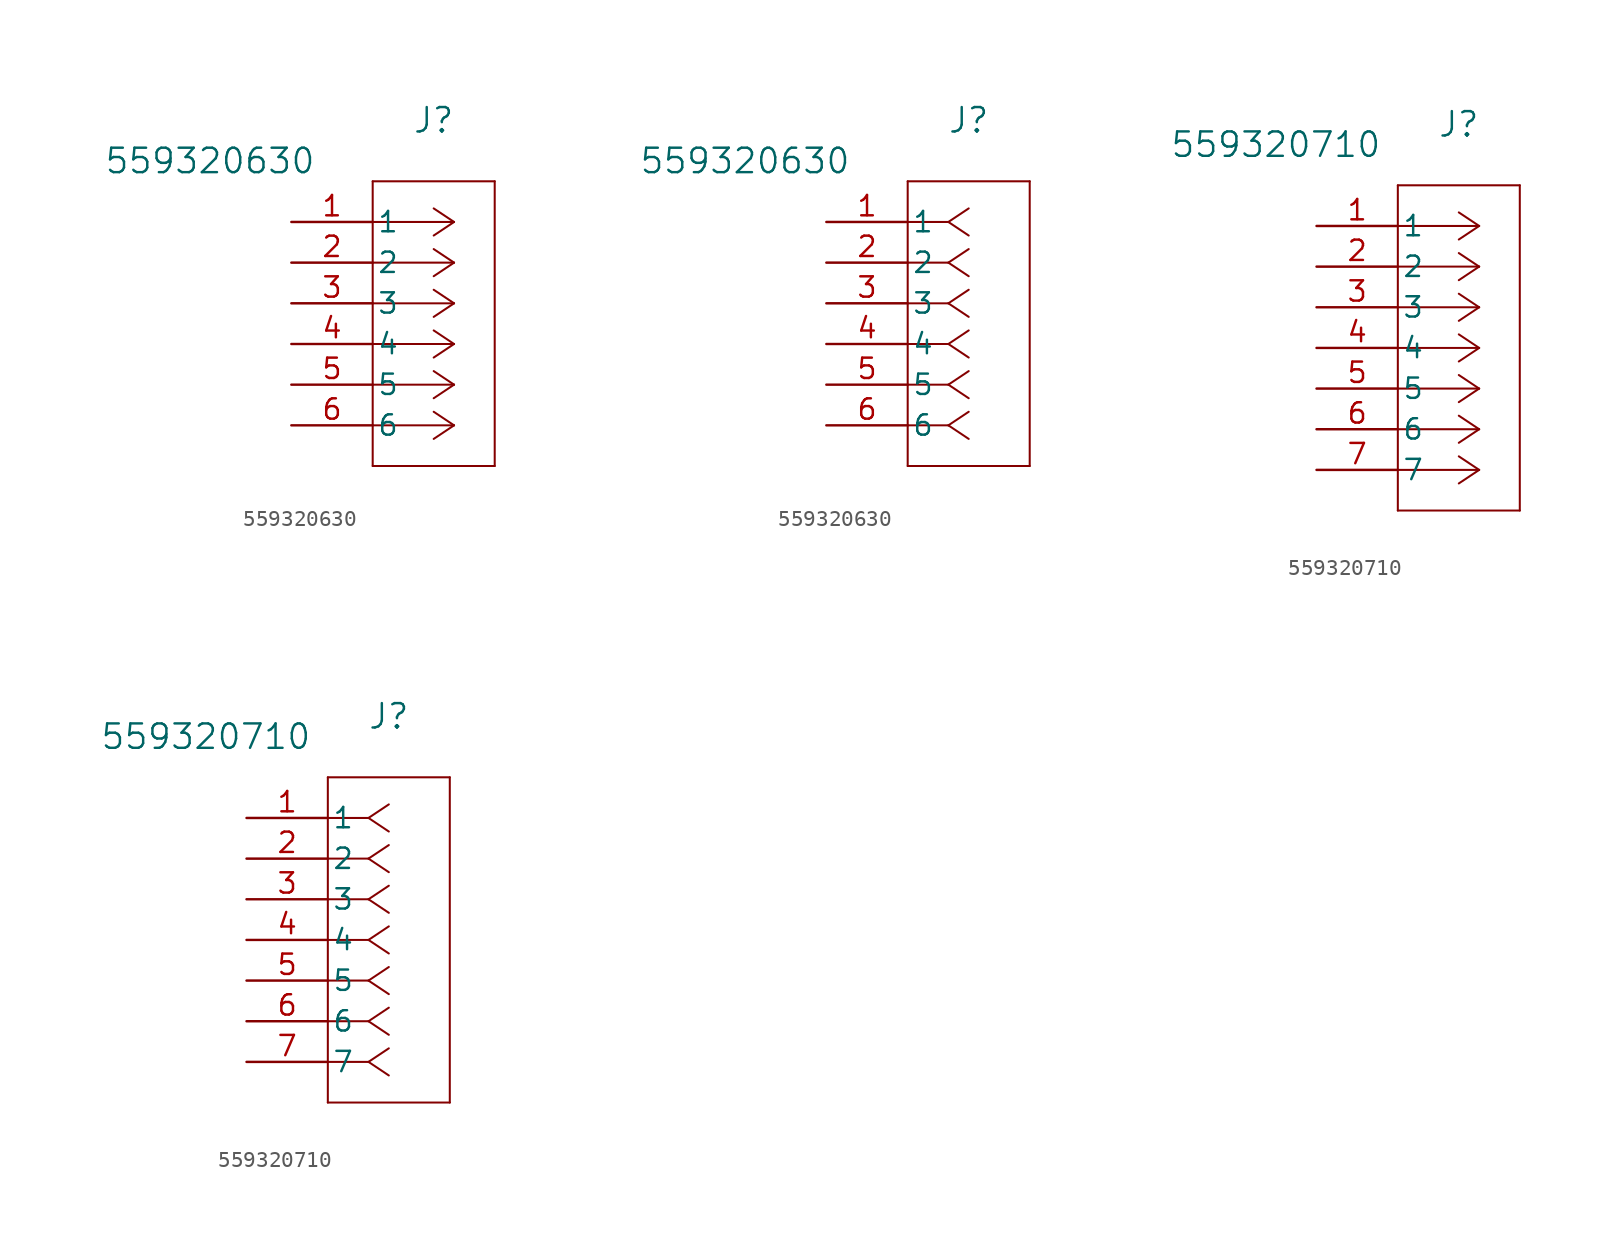
<source format=kicad_sym>
(kicad_symbol_lib
  (version 20211014)
  (generator kicad_symbol_editor)
  (symbol "559320630"
    (pin_names
      (offset 0.254))
    (property "Reference" "J"
      (at 8.89 6.35 0)
      (effects (font (size 1.524 1.524))))
    (property "Value" "559320630"
      (at -5.08 3.81 0)
      (effects (font (size 1.524 1.524))))
    (symbol "559320630_1_1"
      (polyline (pts (xy 5.08 -15.24) (xy 12.7 -15.24)) (stroke (width 0.127) (type default) (color 0 0 0 0)) (fill (type none)))
      (polyline (pts (xy 5.08 2.54) (xy 5.08 -15.24)) (stroke (width 0.127) (type default) (color 0 0 0 0)) (fill (type none)))
      (polyline (pts (xy 10.16 -12.7) (xy 5.08 -12.7)) (stroke (width 0.127) (type default) (color 0 0 0 0)) (fill (type none)))
      (polyline (pts (xy 10.16 -12.7) (xy 8.89 -13.547)) (stroke (width 0.127) (type default) (color 0 0 0 0)) (fill (type none)))
      (polyline (pts (xy 10.16 -12.7) (xy 8.89 -11.853)) (stroke (width 0.127) (type default) (color 0 0 0 0)) (fill (type none)))
      (polyline (pts (xy 10.16 -10.16) (xy 5.08 -10.16)) (stroke (width 0.127) (type default) (color 0 0 0 0)) (fill (type none)))
      (polyline (pts (xy 10.16 -10.16) (xy 8.89 -11.007)) (stroke (width 0.127) (type default) (color 0 0 0 0)) (fill (type none)))
      (polyline (pts (xy 10.16 -10.16) (xy 8.89 -9.313)) (stroke (width 0.127) (type default) (color 0 0 0 0)) (fill (type none)))
      (polyline (pts (xy 10.16 -7.62) (xy 5.08 -7.62)) (stroke (width 0.127) (type default) (color 0 0 0 0)) (fill (type none)))
      (polyline (pts (xy 10.16 -7.62) (xy 8.89 -8.467)) (stroke (width 0.127) (type default) (color 0 0 0 0)) (fill (type none)))
      (polyline (pts (xy 10.16 -7.62) (xy 8.89 -6.773)) (stroke (width 0.127) (type default) (color 0 0 0 0)) (fill (type none)))
      (polyline (pts (xy 10.16 -5.08) (xy 5.08 -5.08)) (stroke (width 0.127) (type default) (color 0 0 0 0)) (fill (type none)))
      (polyline (pts (xy 10.16 -5.08) (xy 8.89 -5.927)) (stroke (width 0.127) (type default) (color 0 0 0 0)) (fill (type none)))
      (polyline (pts (xy 10.16 -5.08) (xy 8.89 -4.233)) (stroke (width 0.127) (type default) (color 0 0 0 0)) (fill (type none)))
      (polyline (pts (xy 10.16 -2.54) (xy 5.08 -2.54)) (stroke (width 0.127) (type default) (color 0 0 0 0)) (fill (type none)))
      (polyline (pts (xy 10.16 -2.54) (xy 8.89 -3.387)) (stroke (width 0.127) (type default) (color 0 0 0 0)) (fill (type none)))
      (polyline (pts (xy 10.16 -2.54) (xy 8.89 -1.693)) (stroke (width 0.127) (type default) (color 0 0 0 0)) (fill (type none)))
      (polyline (pts (xy 10.16 0) (xy 5.08 0)) (stroke (width 0.127) (type default) (color 0 0 0 0)) (fill (type none)))
      (polyline (pts (xy 10.16 0) (xy 8.89 -0.847)) (stroke (width 0.127) (type default) (color 0 0 0 0)) (fill (type none)))
      (polyline (pts (xy 10.16 0) (xy 8.89 0.847)) (stroke (width 0.127) (type default) (color 0 0 0 0)) (fill (type none)))
      (polyline (pts (xy 12.7 -15.24) (xy 12.7 2.54)) (stroke (width 0.127) (type default) (color 0 0 0 0)) (fill (type none)))
      (polyline (pts (xy 12.7 2.54) (xy 5.08 2.54)) (stroke (width 0.127) (type default) (color 0 0 0 0)) (fill (type none)))
      (pin unspecified line (at 0 0 0) (length 5.08) (name "1" (effects (font (size 1.27 1.27)))) (number "1" (effects (font (size 1.27 1.27)))))
      (pin unspecified line (at 0 -2.54 0) (length 5.08) (name "2" (effects (font (size 1.27 1.27)))) (number "2" (effects (font (size 1.27 1.27)))))
      (pin unspecified line (at 0 -5.08 0) (length 5.08) (name "3" (effects (font (size 1.27 1.27)))) (number "3" (effects (font (size 1.27 1.27)))))
      (pin unspecified line (at 0 -7.62 0) (length 5.08) (name "4" (effects (font (size 1.27 1.27)))) (number "4" (effects (font (size 1.27 1.27)))))
      (pin unspecified line (at 0 -10.16 0) (length 5.08) (name "5" (effects (font (size 1.27 1.27)))) (number "5" (effects (font (size 1.27 1.27)))))
      (pin unspecified line (at 0 -12.7 0) (length 5.08) (name "6" (effects (font (size 1.27 1.27)))) (number "6" (effects (font (size 1.27 1.27))))))
    (symbol "559320630_1_2"
      (polyline (pts (xy 5.08 -15.24) (xy 12.7 -15.24)) (stroke (width 0.127) (type default) (color 0 0 0 0)) (fill (type none)))
      (polyline (pts (xy 5.08 2.54) (xy 5.08 -15.24)) (stroke (width 0.127) (type default) (color 0 0 0 0)) (fill (type none)))
      (polyline (pts (xy 7.62 -12.7) (xy 5.08 -12.7)) (stroke (width 0.127) (type default) (color 0 0 0 0)) (fill (type none)))
      (polyline (pts (xy 7.62 -12.7) (xy 8.89 -13.547)) (stroke (width 0.127) (type default) (color 0 0 0 0)) (fill (type none)))
      (polyline (pts (xy 7.62 -12.7) (xy 8.89 -11.853)) (stroke (width 0.127) (type default) (color 0 0 0 0)) (fill (type none)))
      (polyline (pts (xy 7.62 -10.16) (xy 5.08 -10.16)) (stroke (width 0.127) (type default) (color 0 0 0 0)) (fill (type none)))
      (polyline (pts (xy 7.62 -10.16) (xy 8.89 -11.007)) (stroke (width 0.127) (type default) (color 0 0 0 0)) (fill (type none)))
      (polyline (pts (xy 7.62 -10.16) (xy 8.89 -9.313)) (stroke (width 0.127) (type default) (color 0 0 0 0)) (fill (type none)))
      (polyline (pts (xy 7.62 -7.62) (xy 5.08 -7.62)) (stroke (width 0.127) (type default) (color 0 0 0 0)) (fill (type none)))
      (polyline (pts (xy 7.62 -7.62) (xy 8.89 -8.467)) (stroke (width 0.127) (type default) (color 0 0 0 0)) (fill (type none)))
      (polyline (pts (xy 7.62 -7.62) (xy 8.89 -6.773)) (stroke (width 0.127) (type default) (color 0 0 0 0)) (fill (type none)))
      (polyline (pts (xy 7.62 -5.08) (xy 5.08 -5.08)) (stroke (width 0.127) (type default) (color 0 0 0 0)) (fill (type none)))
      (polyline (pts (xy 7.62 -5.08) (xy 8.89 -5.927)) (stroke (width 0.127) (type default) (color 0 0 0 0)) (fill (type none)))
      (polyline (pts (xy 7.62 -5.08) (xy 8.89 -4.233)) (stroke (width 0.127) (type default) (color 0 0 0 0)) (fill (type none)))
      (polyline (pts (xy 7.62 -2.54) (xy 5.08 -2.54)) (stroke (width 0.127) (type default) (color 0 0 0 0)) (fill (type none)))
      (polyline (pts (xy 7.62 -2.54) (xy 8.89 -3.387)) (stroke (width 0.127) (type default) (color 0 0 0 0)) (fill (type none)))
      (polyline (pts (xy 7.62 -2.54) (xy 8.89 -1.693)) (stroke (width 0.127) (type default) (color 0 0 0 0)) (fill (type none)))
      (polyline (pts (xy 7.62 0) (xy 5.08 0)) (stroke (width 0.127) (type default) (color 0 0 0 0)) (fill (type none)))
      (polyline (pts (xy 7.62 0) (xy 8.89 -0.847)) (stroke (width 0.127) (type default) (color 0 0 0 0)) (fill (type none)))
      (polyline (pts (xy 7.62 0) (xy 8.89 0.847)) (stroke (width 0.127) (type default) (color 0 0 0 0)) (fill (type none)))
      (polyline (pts (xy 12.7 -15.24) (xy 12.7 2.54)) (stroke (width 0.127) (type default) (color 0 0 0 0)) (fill (type none)))
      (polyline (pts (xy 12.7 2.54) (xy 5.08 2.54)) (stroke (width 0.127) (type default) (color 0 0 0 0)) (fill (type none)))
      (pin unspecified line (at 0 0 0) (length 5.08) (name "1" (effects (font (size 1.27 1.27)))) (number "1" (effects (font (size 1.27 1.27)))))
      (pin unspecified line (at 0 -2.54 0) (length 5.08) (name "2" (effects (font (size 1.27 1.27)))) (number "2" (effects (font (size 1.27 1.27)))))
      (pin unspecified line (at 0 -5.08 0) (length 5.08) (name "3" (effects (font (size 1.27 1.27)))) (number "3" (effects (font (size 1.27 1.27)))))
      (pin unspecified line (at 0 -7.62 0) (length 5.08) (name "4" (effects (font (size 1.27 1.27)))) (number "4" (effects (font (size 1.27 1.27)))))
      (pin unspecified line (at 0 -10.16 0) (length 5.08) (name "5" (effects (font (size 1.27 1.27)))) (number "5" (effects (font (size 1.27 1.27)))))
      (pin unspecified line (at 0 -12.7 0) (length 5.08) (name "6" (effects (font (size 1.27 1.27)))) (number "6" (effects (font (size 1.27 1.27)))))))
  (symbol "559320710"
    (pin_names
      (offset 0.254))
    (property "Reference" "J"
      (at 8.89 6.35 0)
      (effects (font (size 1.524 1.524))))
    (property "Value" "559320710"
      (at -2.54 5.08 0)
      (effects (font (size 1.524 1.524))))
    (symbol "559320710_0_0"
      (text "" (at 10.16 1.27 0) (effects (font (size 1.27 1.27)))))
    (symbol "559320710_1_1"
      (polyline (pts (xy 5.08 -17.78) (xy 12.7 -17.78)) (stroke (width 0.127) (type default) (color 0 0 0 0)) (fill (type none)))
      (polyline (pts (xy 5.08 2.54) (xy 5.08 -17.78)) (stroke (width 0.127) (type default) (color 0 0 0 0)) (fill (type none)))
      (polyline (pts (xy 10.16 -15.24) (xy 5.08 -15.24)) (stroke (width 0.127) (type default) (color 0 0 0 0)) (fill (type none)))
      (polyline (pts (xy 10.16 -15.24) (xy 8.89 -16.087)) (stroke (width 0.127) (type default) (color 0 0 0 0)) (fill (type none)))
      (polyline (pts (xy 10.16 -15.24) (xy 8.89 -14.393)) (stroke (width 0.127) (type default) (color 0 0 0 0)) (fill (type none)))
      (polyline (pts (xy 10.16 -12.7) (xy 5.08 -12.7)) (stroke (width 0.127) (type default) (color 0 0 0 0)) (fill (type none)))
      (polyline (pts (xy 10.16 -12.7) (xy 8.89 -13.547)) (stroke (width 0.127) (type default) (color 0 0 0 0)) (fill (type none)))
      (polyline (pts (xy 10.16 -12.7) (xy 8.89 -11.853)) (stroke (width 0.127) (type default) (color 0 0 0 0)) (fill (type none)))
      (polyline (pts (xy 10.16 -10.16) (xy 5.08 -10.16)) (stroke (width 0.127) (type default) (color 0 0 0 0)) (fill (type none)))
      (polyline (pts (xy 10.16 -10.16) (xy 8.89 -11.007)) (stroke (width 0.127) (type default) (color 0 0 0 0)) (fill (type none)))
      (polyline (pts (xy 10.16 -10.16) (xy 8.89 -9.313)) (stroke (width 0.127) (type default) (color 0 0 0 0)) (fill (type none)))
      (polyline (pts (xy 10.16 -7.62) (xy 5.08 -7.62)) (stroke (width 0.127) (type default) (color 0 0 0 0)) (fill (type none)))
      (polyline (pts (xy 10.16 -7.62) (xy 8.89 -8.467)) (stroke (width 0.127) (type default) (color 0 0 0 0)) (fill (type none)))
      (polyline (pts (xy 10.16 -7.62) (xy 8.89 -6.773)) (stroke (width 0.127) (type default) (color 0 0 0 0)) (fill (type none)))
      (polyline (pts (xy 10.16 -5.08) (xy 5.08 -5.08)) (stroke (width 0.127) (type default) (color 0 0 0 0)) (fill (type none)))
      (polyline (pts (xy 10.16 -5.08) (xy 8.89 -5.927)) (stroke (width 0.127) (type default) (color 0 0 0 0)) (fill (type none)))
      (polyline (pts (xy 10.16 -5.08) (xy 8.89 -4.233)) (stroke (width 0.127) (type default) (color 0 0 0 0)) (fill (type none)))
      (polyline (pts (xy 10.16 -2.54) (xy 5.08 -2.54)) (stroke (width 0.127) (type default) (color 0 0 0 0)) (fill (type none)))
      (polyline (pts (xy 10.16 -2.54) (xy 8.89 -3.387)) (stroke (width 0.127) (type default) (color 0 0 0 0)) (fill (type none)))
      (polyline (pts (xy 10.16 -2.54) (xy 8.89 -1.693)) (stroke (width 0.127) (type default) (color 0 0 0 0)) (fill (type none)))
      (polyline (pts (xy 10.16 0) (xy 5.08 0)) (stroke (width 0.127) (type default) (color 0 0 0 0)) (fill (type none)))
      (polyline (pts (xy 10.16 0) (xy 8.89 -0.847)) (stroke (width 0.127) (type default) (color 0 0 0 0)) (fill (type none)))
      (polyline (pts (xy 10.16 0) (xy 8.89 0.847)) (stroke (width 0.127) (type default) (color 0 0 0 0)) (fill (type none)))
      (polyline (pts (xy 12.7 -17.78) (xy 12.7 2.54)) (stroke (width 0.127) (type default) (color 0 0 0 0)) (fill (type none)))
      (polyline (pts (xy 12.7 2.54) (xy 5.08 2.54)) (stroke (width 0.127) (type default) (color 0 0 0 0)) (fill (type none)))
      (pin unspecified line (at 0 0 0) (length 5.08) (name "1" (effects (font (size 1.27 1.27)))) (number "1" (effects (font (size 1.27 1.27)))))
      (pin unspecified line (at 0 -2.54 0) (length 5.08) (name "2" (effects (font (size 1.27 1.27)))) (number "2" (effects (font (size 1.27 1.27)))))
      (pin unspecified line (at 0 -5.08 0) (length 5.08) (name "3" (effects (font (size 1.27 1.27)))) (number "3" (effects (font (size 1.27 1.27)))))
      (pin unspecified line (at 0 -7.62 0) (length 5.08) (name "4" (effects (font (size 1.27 1.27)))) (number "4" (effects (font (size 1.27 1.27)))))
      (pin unspecified line (at 0 -10.16 0) (length 5.08) (name "5" (effects (font (size 1.27 1.27)))) (number "5" (effects (font (size 1.27 1.27)))))
      (pin unspecified line (at 0 -12.7 0) (length 5.08) (name "6" (effects (font (size 1.27 1.27)))) (number "6" (effects (font (size 1.27 1.27)))))
      (pin unspecified line (at 0 -15.24 0) (length 5.08) (name "7" (effects (font (size 1.27 1.27)))) (number "7" (effects (font (size 1.27 1.27))))))
    (symbol "559320710_1_2"
      (polyline (pts (xy 5.08 -17.78) (xy 12.7 -17.78)) (stroke (width 0.127) (type default) (color 0 0 0 0)) (fill (type none)))
      (polyline (pts (xy 5.08 2.54) (xy 5.08 -17.78)) (stroke (width 0.127) (type default) (color 0 0 0 0)) (fill (type none)))
      (polyline (pts (xy 7.62 -15.24) (xy 5.08 -15.24)) (stroke (width 0.127) (type default) (color 0 0 0 0)) (fill (type none)))
      (polyline (pts (xy 7.62 -15.24) (xy 8.89 -16.087)) (stroke (width 0.127) (type default) (color 0 0 0 0)) (fill (type none)))
      (polyline (pts (xy 7.62 -15.24) (xy 8.89 -14.393)) (stroke (width 0.127) (type default) (color 0 0 0 0)) (fill (type none)))
      (polyline (pts (xy 7.62 -12.7) (xy 5.08 -12.7)) (stroke (width 0.127) (type default) (color 0 0 0 0)) (fill (type none)))
      (polyline (pts (xy 7.62 -12.7) (xy 8.89 -13.547)) (stroke (width 0.127) (type default) (color 0 0 0 0)) (fill (type none)))
      (polyline (pts (xy 7.62 -12.7) (xy 8.89 -11.853)) (stroke (width 0.127) (type default) (color 0 0 0 0)) (fill (type none)))
      (polyline (pts (xy 7.62 -10.16) (xy 5.08 -10.16)) (stroke (width 0.127) (type default) (color 0 0 0 0)) (fill (type none)))
      (polyline (pts (xy 7.62 -10.16) (xy 8.89 -11.007)) (stroke (width 0.127) (type default) (color 0 0 0 0)) (fill (type none)))
      (polyline (pts (xy 7.62 -10.16) (xy 8.89 -9.313)) (stroke (width 0.127) (type default) (color 0 0 0 0)) (fill (type none)))
      (polyline (pts (xy 7.62 -7.62) (xy 5.08 -7.62)) (stroke (width 0.127) (type default) (color 0 0 0 0)) (fill (type none)))
      (polyline (pts (xy 7.62 -7.62) (xy 8.89 -8.467)) (stroke (width 0.127) (type default) (color 0 0 0 0)) (fill (type none)))
      (polyline (pts (xy 7.62 -7.62) (xy 8.89 -6.773)) (stroke (width 0.127) (type default) (color 0 0 0 0)) (fill (type none)))
      (polyline (pts (xy 7.62 -5.08) (xy 5.08 -5.08)) (stroke (width 0.127) (type default) (color 0 0 0 0)) (fill (type none)))
      (polyline (pts (xy 7.62 -5.08) (xy 8.89 -5.927)) (stroke (width 0.127) (type default) (color 0 0 0 0)) (fill (type none)))
      (polyline (pts (xy 7.62 -5.08) (xy 8.89 -4.233)) (stroke (width 0.127) (type default) (color 0 0 0 0)) (fill (type none)))
      (polyline (pts (xy 7.62 -2.54) (xy 5.08 -2.54)) (stroke (width 0.127) (type default) (color 0 0 0 0)) (fill (type none)))
      (polyline (pts (xy 7.62 -2.54) (xy 8.89 -3.387)) (stroke (width 0.127) (type default) (color 0 0 0 0)) (fill (type none)))
      (polyline (pts (xy 7.62 -2.54) (xy 8.89 -1.693)) (stroke (width 0.127) (type default) (color 0 0 0 0)) (fill (type none)))
      (polyline (pts (xy 7.62 0) (xy 5.08 0)) (stroke (width 0.127) (type default) (color 0 0 0 0)) (fill (type none)))
      (polyline (pts (xy 7.62 0) (xy 8.89 -0.847)) (stroke (width 0.127) (type default) (color 0 0 0 0)) (fill (type none)))
      (polyline (pts (xy 7.62 0) (xy 8.89 0.847)) (stroke (width 0.127) (type default) (color 0 0 0 0)) (fill (type none)))
      (polyline (pts (xy 12.7 -17.78) (xy 12.7 2.54)) (stroke (width 0.127) (type default) (color 0 0 0 0)) (fill (type none)))
      (polyline (pts (xy 12.7 2.54) (xy 5.08 2.54)) (stroke (width 0.127) (type default) (color 0 0 0 0)) (fill (type none)))
      (pin unspecified line (at 0 0 0) (length 5.08) (name "1" (effects (font (size 1.27 1.27)))) (number "1" (effects (font (size 1.27 1.27)))))
      (pin unspecified line (at 0 -2.54 0) (length 5.08) (name "2" (effects (font (size 1.27 1.27)))) (number "2" (effects (font (size 1.27 1.27)))))
      (pin unspecified line (at 0 -5.08 0) (length 5.08) (name "3" (effects (font (size 1.27 1.27)))) (number "3" (effects (font (size 1.27 1.27)))))
      (pin unspecified line (at 0 -7.62 0) (length 5.08) (name "4" (effects (font (size 1.27 1.27)))) (number "4" (effects (font (size 1.27 1.27)))))
      (pin unspecified line (at 0 -10.16 0) (length 5.08) (name "5" (effects (font (size 1.27 1.27)))) (number "5" (effects (font (size 1.27 1.27)))))
      (pin unspecified line (at 0 -12.7 0) (length 5.08) (name "6" (effects (font (size 1.27 1.27)))) (number "6" (effects (font (size 1.27 1.27)))))
      (pin unspecified line (at 0 -15.24 0) (length 5.08) (name "7" (effects (font (size 1.27 1.27)))) (number "7" (effects (font (size 1.27 1.27))))))))
</source>
